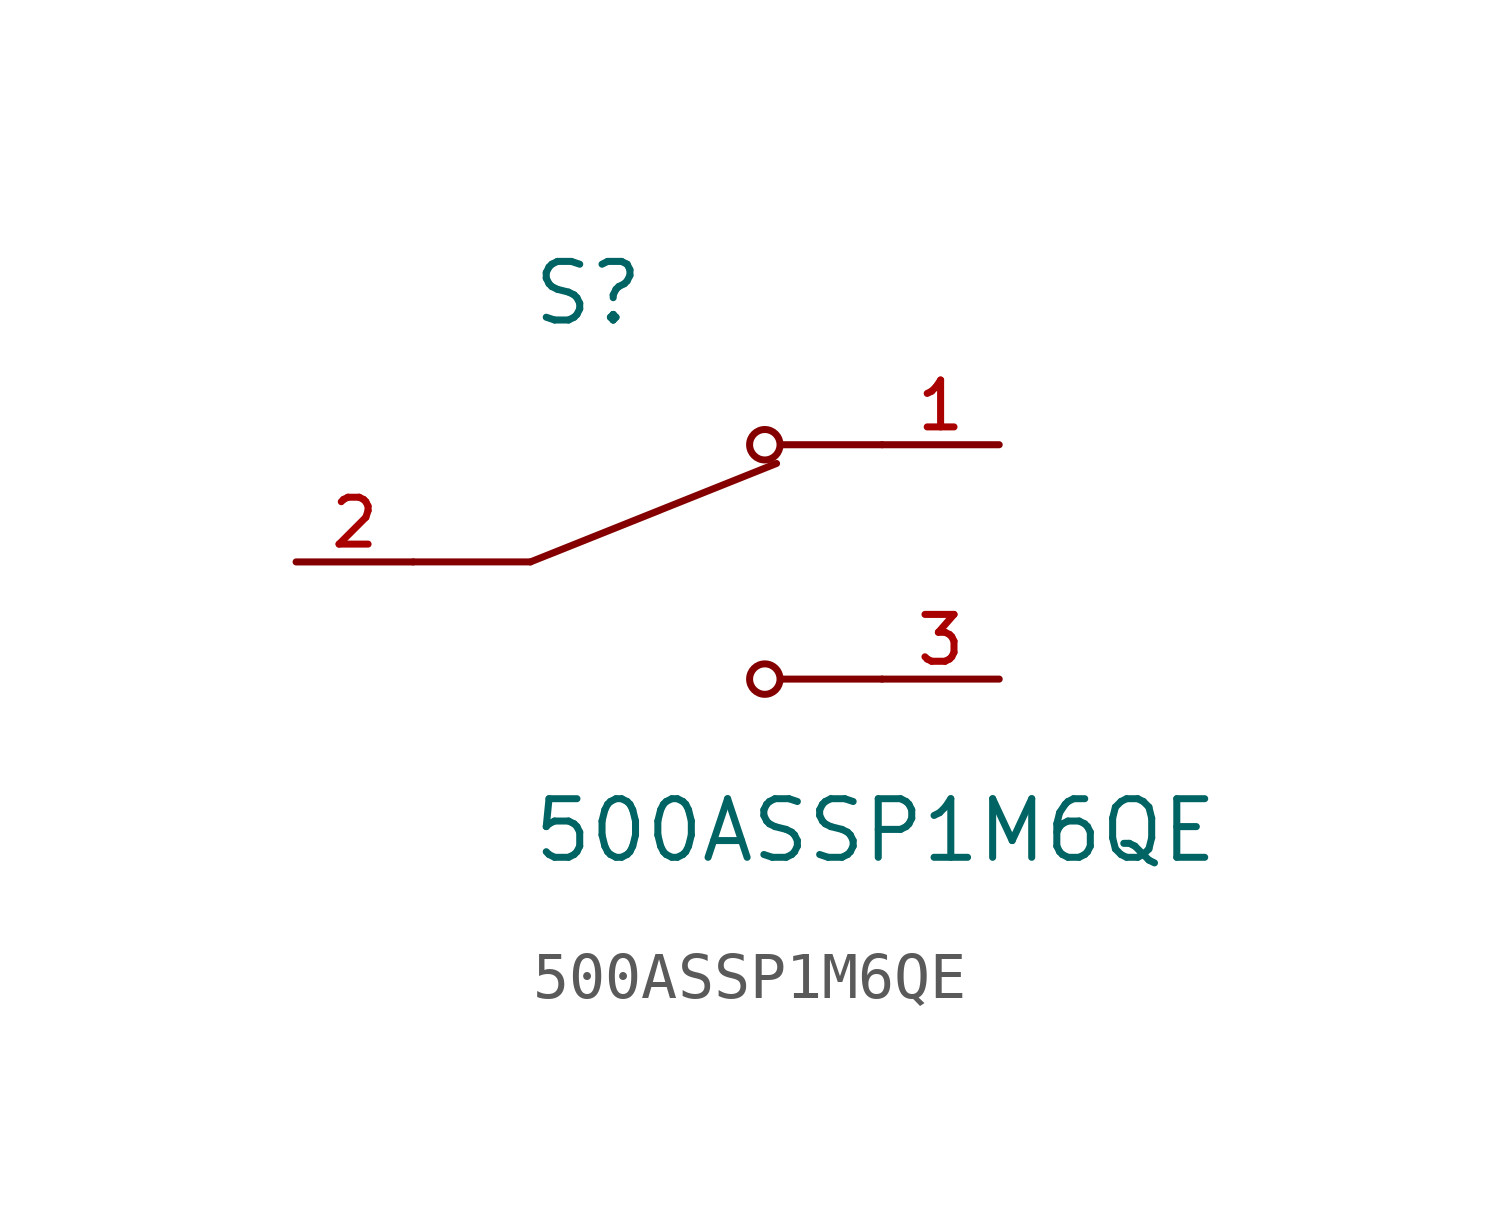
<source format=kicad_sym>
(kicad_symbol_lib
  (version 20211014)
  (generator kicad_symbol_editor)
  (symbol "500ASSP1M6QE"
    (pin_names
      (offset 1.016))
    (property "Reference" "S"
      (at -2.54 5.08 0)
      (effects (font (size 1.27 1.27)) (justify bottom left)))
    (property "Value" "500ASSP1M6QE"
      (at -2.54 -5.08 0)
      (effects (font (size 1.27 1.27)) (justify top left)))
    (symbol "500ASSP1M6QE_0_0"
      (polyline (pts (xy -2.54 0.0) (xy 2.794 2.134)) (stroke (width 0.152)))
      (circle (center 2.54 2.54) (radius 0.33) (stroke (width 0.152)) (fill (type none)))
      (circle (center 2.54 -2.54) (radius 0.33) (stroke (width 0.152)) (fill (type none)))
      (polyline (pts (xy 5.08 -2.54) (xy 2.921 -2.54)) (stroke (width 0.152)))
      (polyline (pts (xy 5.08 2.54) (xy 2.921 2.54)) (stroke (width 0.152)))
      (polyline (pts (xy -2.54 0.0) (xy -5.08 0.0)) (stroke (width 0.152)))
      (pin passive line (at 7.62 2.54 180.0) (length 2.54) (name "~" (effects (font (size 1.016 1.016)))) (number "1" (effects (font (size 1.016 1.016)))))
      (pin passive line (at -7.62 0.0 0) (length 2.54) (name "~" (effects (font (size 1.016 1.016)))) (number "2" (effects (font (size 1.016 1.016)))))
      (pin passive line (at 7.62 -2.54 180.0) (length 2.54) (name "~" (effects (font (size 1.016 1.016)))) (number "3" (effects (font (size 1.016 1.016))))))))
</source>
